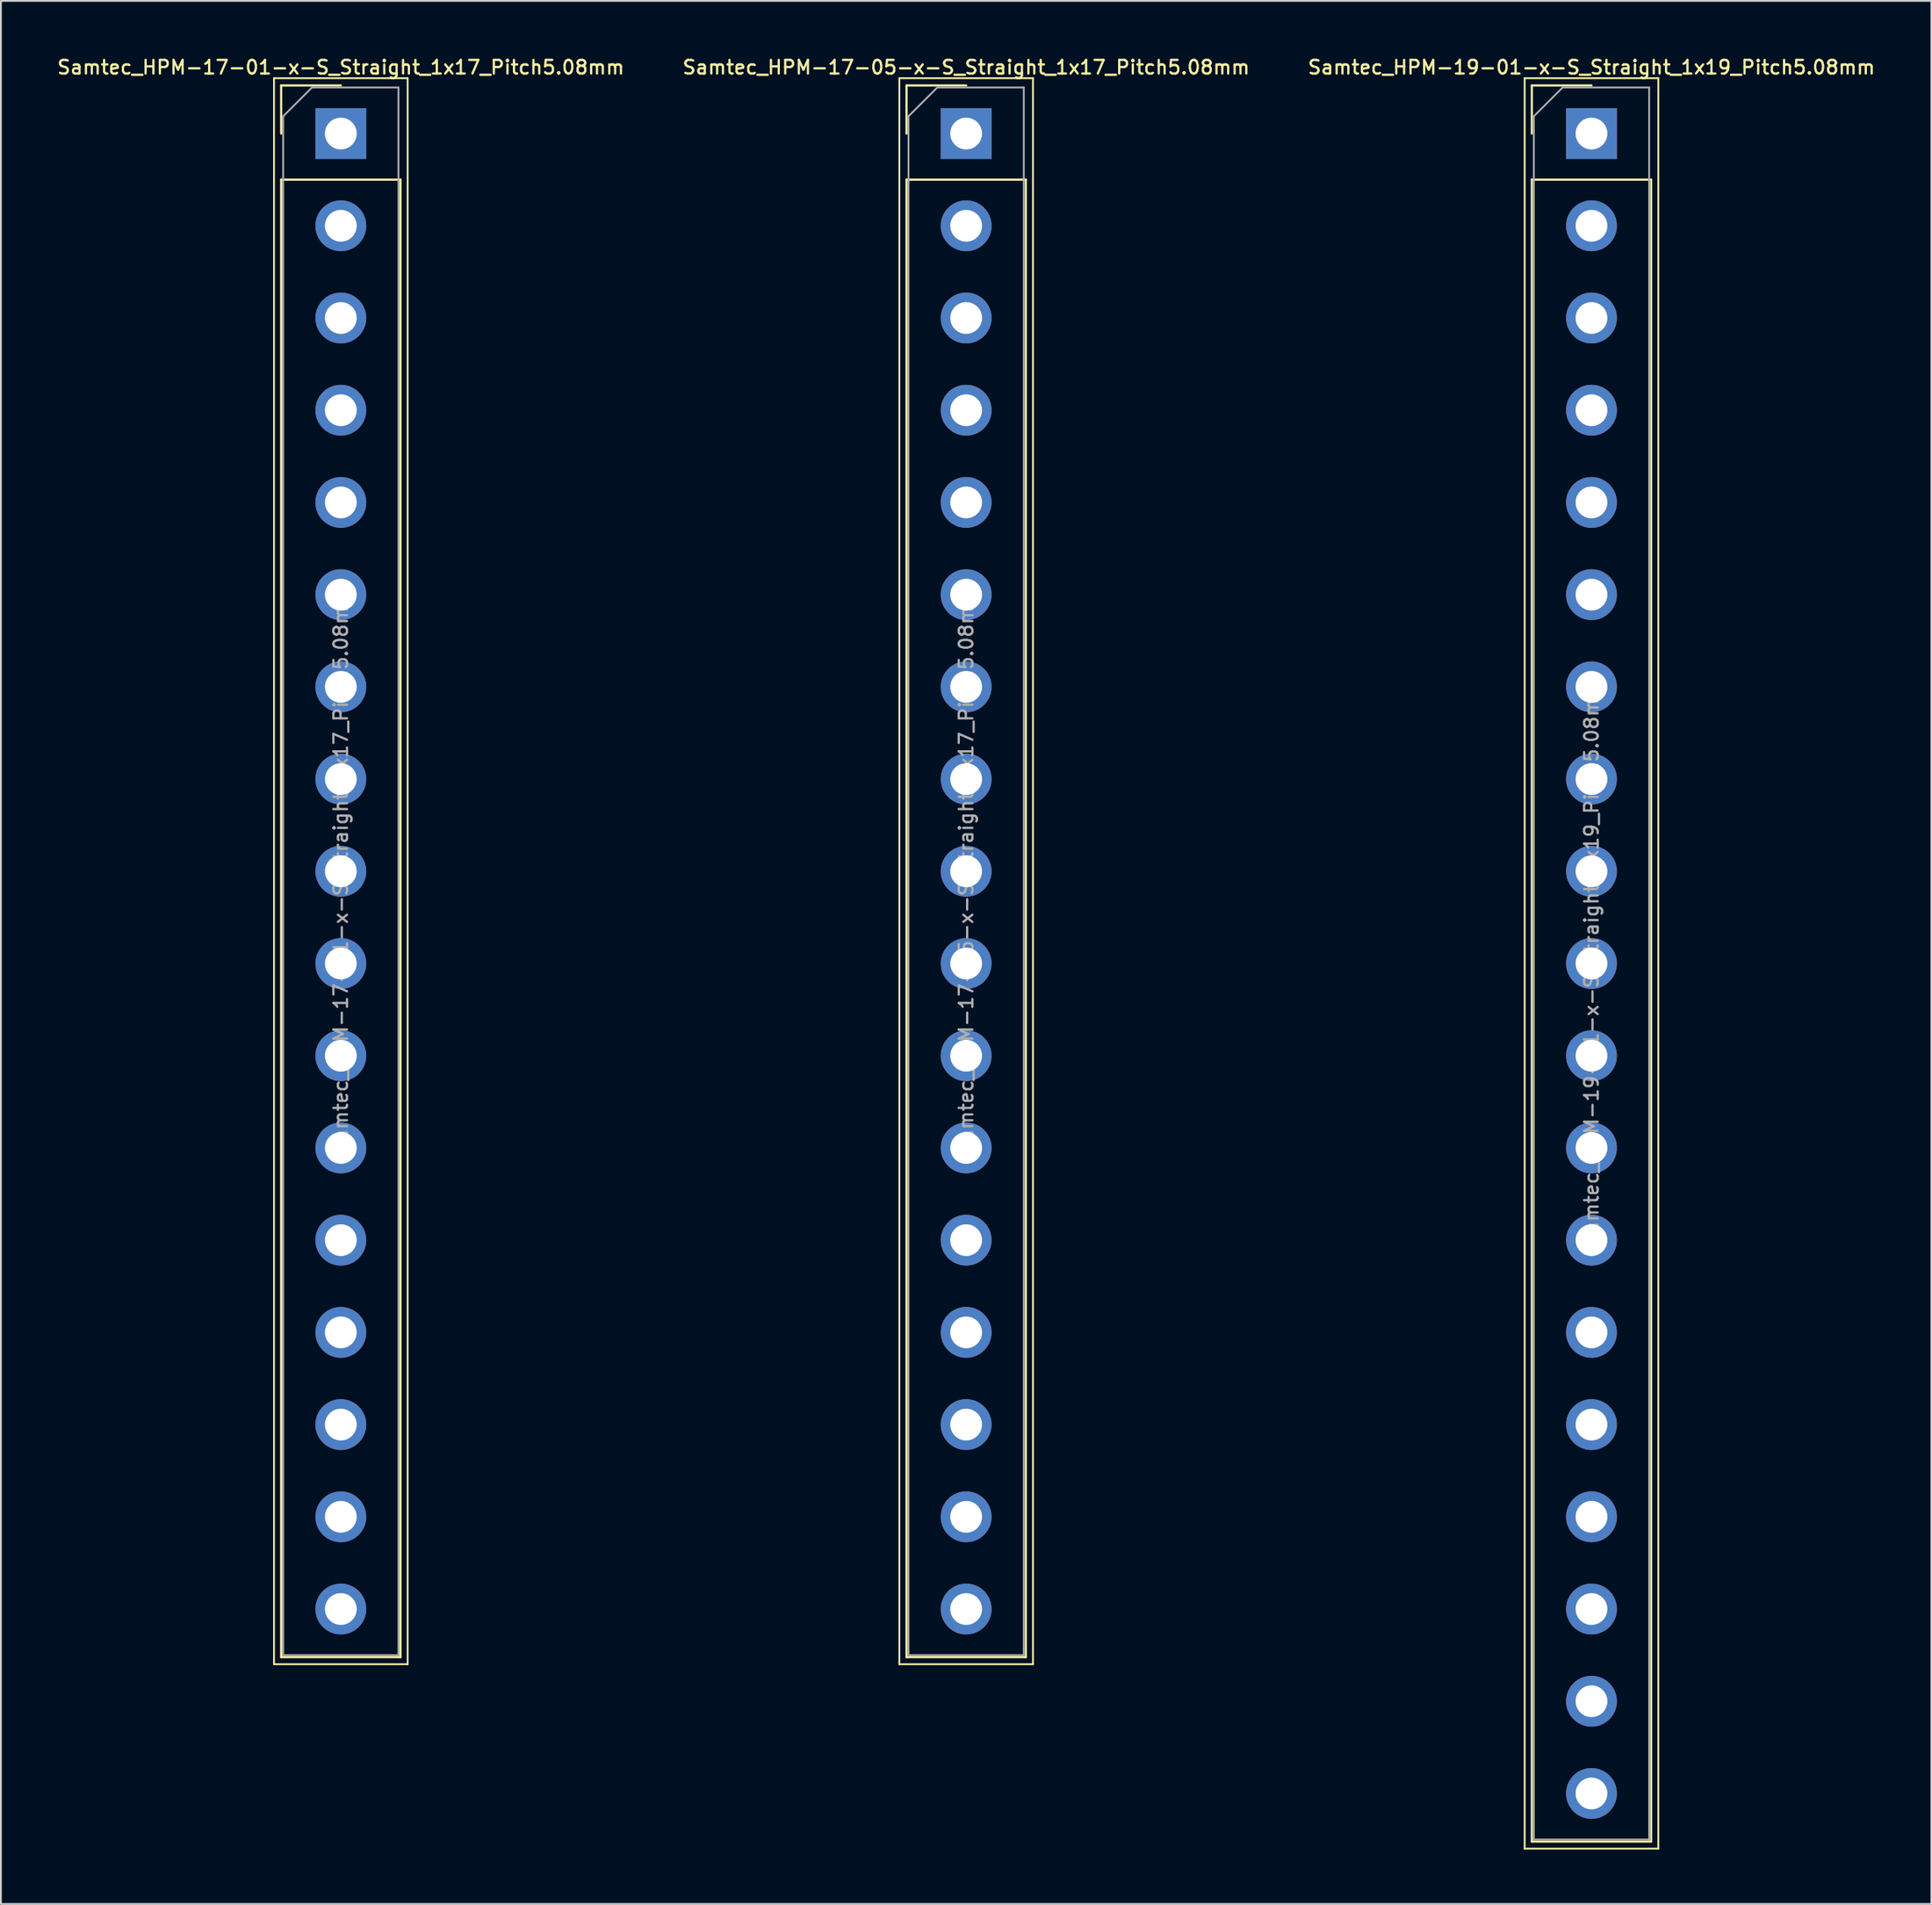
<source format=kicad_pcb>
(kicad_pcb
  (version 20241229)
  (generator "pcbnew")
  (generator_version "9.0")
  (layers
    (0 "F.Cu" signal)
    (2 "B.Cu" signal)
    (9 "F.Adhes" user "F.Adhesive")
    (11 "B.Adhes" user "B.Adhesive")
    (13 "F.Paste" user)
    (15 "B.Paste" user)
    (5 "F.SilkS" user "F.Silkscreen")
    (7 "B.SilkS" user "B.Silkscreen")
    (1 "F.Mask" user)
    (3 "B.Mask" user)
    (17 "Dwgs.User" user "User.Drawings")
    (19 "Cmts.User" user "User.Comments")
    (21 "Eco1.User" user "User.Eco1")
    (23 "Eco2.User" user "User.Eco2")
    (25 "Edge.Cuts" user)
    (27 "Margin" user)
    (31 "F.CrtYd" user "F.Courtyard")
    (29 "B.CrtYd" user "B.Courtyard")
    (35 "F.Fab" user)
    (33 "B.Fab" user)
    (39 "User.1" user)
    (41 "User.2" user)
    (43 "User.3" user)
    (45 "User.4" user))
  (footprint "Samtec_HPM-17-05-x-S_Straight_1x17_Pitch5.08mm"
    (layer "F.Cu")
    (at 50.159 4.308)
    (property "Reference" "Samtec_HPM-17-05-x-S_Straight_1x17_Pitch5.08mm" (at 0 -3.65 0) (layer "F.SilkS") (effects (font (size 0.75 0.75) (thickness 0.125))))
    (attr through_hole)
    (fp_line (start -3.68 -3.05) (end -3.68 84.32) (stroke (width 0.1) (type solid)) (layer "F.SilkS"))
    (fp_line (start -3.68 84.32) (end 3.68 84.32) (stroke (width 0.1) (type solid)) (layer "F.SilkS"))
    (fp_line (start -3.285 -2.65) (end 0 -2.65) (stroke (width 0.12) (type solid)) (layer "F.SilkS"))
    (fp_line (start -3.285 0) (end -3.285 -2.65) (stroke (width 0.12) (type solid)) (layer "F.SilkS"))
    (fp_line (start -3.285 2.54) (end -3.285 83.93) (stroke (width 0.12) (type solid)) (layer "F.SilkS"))
    (fp_line (start -3.285 2.54) (end 3.285 2.54) (stroke (width 0.12) (type solid)) (layer "F.SilkS"))
    (fp_line (start -3.285 83.93) (end 3.285 83.93) (stroke (width 0.12) (type solid)) (layer "F.SilkS"))
    (fp_line (start 3.285 2.54) (end 3.285 83.93) (stroke (width 0.12) (type solid)) (layer "F.SilkS"))
    (fp_line (start 3.68 -3.05) (end -3.68 -3.05) (stroke (width 0.1) (type solid)) (layer "F.SilkS"))
    (fp_line (start 3.68 84.32) (end 3.68 -3.05) (stroke (width 0.1) (type solid)) (layer "F.SilkS"))
    (fp_line (start -3.175 -0.953) (end -1.587 -2.54) (stroke (width 0.1) (type solid)) (layer "F.Fab"))
    (fp_line (start -3.175 83.82) (end -3.175 -0.953) (stroke (width 0.1) (type solid)) (layer "F.Fab"))
    (fp_line (start -1.587 -2.54) (end 3.175 -2.54) (stroke (width 0.1) (type solid)) (layer "F.Fab"))
    (fp_line (start 3.175 -2.54) (end 3.175 83.82) (stroke (width 0.1) (type solid)) (layer "F.Fab"))
    (fp_line (start 3.175 83.82) (end -3.175 83.82) (stroke (width 0.1) (type solid)) (layer "F.Fab"))
    (fp_text user "${REFERENCE}" (at 0 40.64 90) (layer "F.Fab") (effects (font (size 0.75 0.75) (thickness 0.125))))
    (pad "1" thru_hole rect (at 0 0) (size 2.8 2.8) (drill 1.75) (layers "*.Cu" "*.Mask"))
    (pad "2" thru_hole circle (at 0 5.08) (size 2.8 2.8) (drill 1.75) (layers "*.Cu" "*.Mask"))
    (pad "3" thru_hole circle (at 0 10.16) (size 2.8 2.8) (drill 1.75) (layers "*.Cu" "*.Mask"))
    (pad "4" thru_hole circle (at 0 15.24) (size 2.8 2.8) (drill 1.75) (layers "*.Cu" "*.Mask"))
    (pad "5" thru_hole circle (at 0 20.32) (size 2.8 2.8) (drill 1.75) (layers "*.Cu" "*.Mask"))
    (pad "6" thru_hole circle (at 0 25.4) (size 2.8 2.8) (drill 1.75) (layers "*.Cu" "*.Mask"))
    (pad "7" thru_hole circle (at 0 30.48) (size 2.8 2.8) (drill 1.75) (layers "*.Cu" "*.Mask"))
    (pad "8" thru_hole circle (at 0 35.56) (size 2.8 2.8) (drill 1.75) (layers "*.Cu" "*.Mask"))
    (pad "9" thru_hole circle (at 0 40.64) (size 2.8 2.8) (drill 1.75) (layers "*.Cu" "*.Mask"))
    (pad "10" thru_hole circle (at 0 45.72) (size 2.8 2.8) (drill 1.75) (layers "*.Cu" "*.Mask"))
    (pad "11" thru_hole circle (at 0 50.8) (size 2.8 2.8) (drill 1.75) (layers "*.Cu" "*.Mask"))
    (pad "12" thru_hole circle (at 0 55.88) (size 2.8 2.8) (drill 1.75) (layers "*.Cu" "*.Mask"))
    (pad "13" thru_hole circle (at 0 60.96) (size 2.8 2.8) (drill 1.75) (layers "*.Cu" "*.Mask"))
    (pad "14" thru_hole circle (at 0 66.04) (size 2.8 2.8) (drill 1.75) (layers "*.Cu" "*.Mask"))
    (pad "15" thru_hole circle (at 0 71.12) (size 2.8 2.8) (drill 1.75) (layers "*.Cu" "*.Mask"))
    (pad "16" thru_hole circle (at 0 76.2) (size 2.8 2.8) (drill 1.75) (layers "*.Cu" "*.Mask"))
    (pad "17" thru_hole circle (at 0 81.28) (size 2.8 2.8) (drill 1.75) (layers "*.Cu" "*.Mask")))
  (footprint "Samtec_HPM-17-01-x-S_Straight_1x17_Pitch5.08mm"
    (layer "F.Cu")
    (at 15.72 4.308)
    (property "Reference" "Samtec_HPM-17-01-x-S_Straight_1x17_Pitch5.08mm" (at 0 -3.65 0) (layer "F.SilkS") (effects (font (size 0.75 0.75) (thickness 0.125))))
    (attr through_hole)
    (fp_line (start -3.68 -3.05) (end -3.68 84.32) (stroke (width 0.1) (type solid)) (layer "F.SilkS"))
    (fp_line (start -3.68 84.32) (end 3.68 84.32) (stroke (width 0.1) (type solid)) (layer "F.SilkS"))
    (fp_line (start -3.285 -2.65) (end 0 -2.65) (stroke (width 0.12) (type solid)) (layer "F.SilkS"))
    (fp_line (start -3.285 0) (end -3.285 -2.65) (stroke (width 0.12) (type solid)) (layer "F.SilkS"))
    (fp_line (start -3.285 2.54) (end -3.285 83.93) (stroke (width 0.12) (type solid)) (layer "F.SilkS"))
    (fp_line (start -3.285 2.54) (end 3.285 2.54) (stroke (width 0.12) (type solid)) (layer "F.SilkS"))
    (fp_line (start -3.285 83.93) (end 3.285 83.93) (stroke (width 0.12) (type solid)) (layer "F.SilkS"))
    (fp_line (start 3.285 2.54) (end 3.285 83.93) (stroke (width 0.12) (type solid)) (layer "F.SilkS"))
    (fp_line (start 3.68 -3.05) (end -3.68 -3.05) (stroke (width 0.1) (type solid)) (layer "F.SilkS"))
    (fp_line (start 3.68 84.32) (end 3.68 -3.05) (stroke (width 0.1) (type solid)) (layer "F.SilkS"))
    (fp_line (start -3.175 -0.953) (end -1.587 -2.54) (stroke (width 0.1) (type solid)) (layer "F.Fab"))
    (fp_line (start -3.175 83.82) (end -3.175 -0.953) (stroke (width 0.1) (type solid)) (layer "F.Fab"))
    (fp_line (start -1.587 -2.54) (end 3.175 -2.54) (stroke (width 0.1) (type solid)) (layer "F.Fab"))
    (fp_line (start 3.175 -2.54) (end 3.175 83.82) (stroke (width 0.1) (type solid)) (layer "F.Fab"))
    (fp_line (start 3.175 83.82) (end -3.175 83.82) (stroke (width 0.1) (type solid)) (layer "F.Fab"))
    (fp_text user "${REFERENCE}" (at 0 40.64 90) (layer "F.Fab") (effects (font (size 0.75 0.75) (thickness 0.125))))
    (pad "1" thru_hole rect (at 0 0) (size 2.8 2.8) (drill 1.75) (layers "*.Cu" "*.Mask"))
    (pad "2" thru_hole circle (at 0 5.08) (size 2.8 2.8) (drill 1.75) (layers "*.Cu" "*.Mask"))
    (pad "3" thru_hole circle (at 0 10.16) (size 2.8 2.8) (drill 1.75) (layers "*.Cu" "*.Mask"))
    (pad "4" thru_hole circle (at 0 15.24) (size 2.8 2.8) (drill 1.75) (layers "*.Cu" "*.Mask"))
    (pad "5" thru_hole circle (at 0 20.32) (size 2.8 2.8) (drill 1.75) (layers "*.Cu" "*.Mask"))
    (pad "6" thru_hole circle (at 0 25.4) (size 2.8 2.8) (drill 1.75) (layers "*.Cu" "*.Mask"))
    (pad "7" thru_hole circle (at 0 30.48) (size 2.8 2.8) (drill 1.75) (layers "*.Cu" "*.Mask"))
    (pad "8" thru_hole circle (at 0 35.56) (size 2.8 2.8) (drill 1.75) (layers "*.Cu" "*.Mask"))
    (pad "9" thru_hole circle (at 0 40.64) (size 2.8 2.8) (drill 1.75) (layers "*.Cu" "*.Mask"))
    (pad "10" thru_hole circle (at 0 45.72) (size 2.8 2.8) (drill 1.75) (layers "*.Cu" "*.Mask"))
    (pad "11" thru_hole circle (at 0 50.8) (size 2.8 2.8) (drill 1.75) (layers "*.Cu" "*.Mask"))
    (pad "12" thru_hole circle (at 0 55.88) (size 2.8 2.8) (drill 1.75) (layers "*.Cu" "*.Mask"))
    (pad "13" thru_hole circle (at 0 60.96) (size 2.8 2.8) (drill 1.75) (layers "*.Cu" "*.Mask"))
    (pad "14" thru_hole circle (at 0 66.04) (size 2.8 2.8) (drill 1.75) (layers "*.Cu" "*.Mask"))
    (pad "15" thru_hole circle (at 0 71.12) (size 2.8 2.8) (drill 1.75) (layers "*.Cu" "*.Mask"))
    (pad "16" thru_hole circle (at 0 76.2) (size 2.8 2.8) (drill 1.75) (layers "*.Cu" "*.Mask"))
    (pad "17" thru_hole circle (at 0 81.28) (size 2.8 2.8) (drill 1.75) (layers "*.Cu" "*.Mask")))
  (footprint "Samtec_HPM-19-01-x-S_Straight_1x19_Pitch5.08mm"
    (layer "F.Cu")
    (at 84.598 4.308)
    (property "Reference" "Samtec_HPM-19-01-x-S_Straight_1x19_Pitch5.08mm" (at 0 -3.65 0) (layer "F.SilkS") (effects (font (size 0.75 0.75) (thickness 0.125))))
    (attr through_hole)
    (fp_line (start -3.68 -3.05) (end -3.68 94.48) (stroke (width 0.1) (type solid)) (layer "F.SilkS"))
    (fp_line (start -3.68 94.48) (end 3.68 94.48) (stroke (width 0.1) (type solid)) (layer "F.SilkS"))
    (fp_line (start -3.285 -2.65) (end 0 -2.65) (stroke (width 0.12) (type solid)) (layer "F.SilkS"))
    (fp_line (start -3.285 0) (end -3.285 -2.65) (stroke (width 0.12) (type solid)) (layer "F.SilkS"))
    (fp_line (start -3.285 2.54) (end -3.285 94.09) (stroke (width 0.12) (type solid)) (layer "F.SilkS"))
    (fp_line (start -3.285 2.54) (end 3.285 2.54) (stroke (width 0.12) (type solid)) (layer "F.SilkS"))
    (fp_line (start -3.285 94.09) (end 3.285 94.09) (stroke (width 0.12) (type solid)) (layer "F.SilkS"))
    (fp_line (start 3.285 2.54) (end 3.285 94.09) (stroke (width 0.12) (type solid)) (layer "F.SilkS"))
    (fp_line (start 3.68 -3.05) (end -3.68 -3.05) (stroke (width 0.1) (type solid)) (layer "F.SilkS"))
    (fp_line (start 3.68 94.48) (end 3.68 -3.05) (stroke (width 0.1) (type solid)) (layer "F.SilkS"))
    (fp_line (start -3.175 -0.953) (end -1.587 -2.54) (stroke (width 0.1) (type solid)) (layer "F.Fab"))
    (fp_line (start -3.175 93.98) (end -3.175 -0.953) (stroke (width 0.1) (type solid)) (layer "F.Fab"))
    (fp_line (start -1.587 -2.54) (end 3.175 -2.54) (stroke (width 0.1) (type solid)) (layer "F.Fab"))
    (fp_line (start 3.175 -2.54) (end 3.175 93.98) (stroke (width 0.1) (type solid)) (layer "F.Fab"))
    (fp_line (start 3.175 93.98) (end -3.175 93.98) (stroke (width 0.1) (type solid)) (layer "F.Fab"))
    (fp_text user "${REFERENCE}" (at 0 45.72 90) (layer "F.Fab") (effects (font (size 0.75 0.75) (thickness 0.125))))
    (pad "1" thru_hole rect (at 0 0) (size 2.8 2.8) (drill 1.75) (layers "*.Cu" "*.Mask"))
    (pad "2" thru_hole circle (at 0 5.08) (size 2.8 2.8) (drill 1.75) (layers "*.Cu" "*.Mask"))
    (pad "3" thru_hole circle (at 0 10.16) (size 2.8 2.8) (drill 1.75) (layers "*.Cu" "*.Mask"))
    (pad "4" thru_hole circle (at 0 15.24) (size 2.8 2.8) (drill 1.75) (layers "*.Cu" "*.Mask"))
    (pad "5" thru_hole circle (at 0 20.32) (size 2.8 2.8) (drill 1.75) (layers "*.Cu" "*.Mask"))
    (pad "6" thru_hole circle (at 0 25.4) (size 2.8 2.8) (drill 1.75) (layers "*.Cu" "*.Mask"))
    (pad "7" thru_hole circle (at 0 30.48) (size 2.8 2.8) (drill 1.75) (layers "*.Cu" "*.Mask"))
    (pad "8" thru_hole circle (at 0 35.56) (size 2.8 2.8) (drill 1.75) (layers "*.Cu" "*.Mask"))
    (pad "9" thru_hole circle (at 0 40.64) (size 2.8 2.8) (drill 1.75) (layers "*.Cu" "*.Mask"))
    (pad "10" thru_hole circle (at 0 45.72) (size 2.8 2.8) (drill 1.75) (layers "*.Cu" "*.Mask"))
    (pad "11" thru_hole circle (at 0 50.8) (size 2.8 2.8) (drill 1.75) (layers "*.Cu" "*.Mask"))
    (pad "12" thru_hole circle (at 0 55.88) (size 2.8 2.8) (drill 1.75) (layers "*.Cu" "*.Mask"))
    (pad "13" thru_hole circle (at 0 60.96) (size 2.8 2.8) (drill 1.75) (layers "*.Cu" "*.Mask"))
    (pad "14" thru_hole circle (at 0 66.04) (size 2.8 2.8) (drill 1.75) (layers "*.Cu" "*.Mask"))
    (pad "15" thru_hole circle (at 0 71.12) (size 2.8 2.8) (drill 1.75) (layers "*.Cu" "*.Mask"))
    (pad "16" thru_hole circle (at 0 76.2) (size 2.8 2.8) (drill 1.75) (layers "*.Cu" "*.Mask"))
    (pad "17" thru_hole circle (at 0 81.28) (size 2.8 2.8) (drill 1.75) (layers "*.Cu" "*.Mask"))
    (pad "18" thru_hole circle (at 0 86.36) (size 2.8 2.8) (drill 1.75) (layers "*.Cu" "*.Mask"))
    (pad "19" thru_hole circle (at 0 91.44) (size 2.8 2.8) (drill 1.75) (layers "*.Cu" "*.Mask")))
  (gr_rect
    (start -3 -3)
    (end 103.318 101.838)
    (stroke (width 0.1) (type default))
    (fill no)
    (layer "Edge.Cuts")))
</source>
